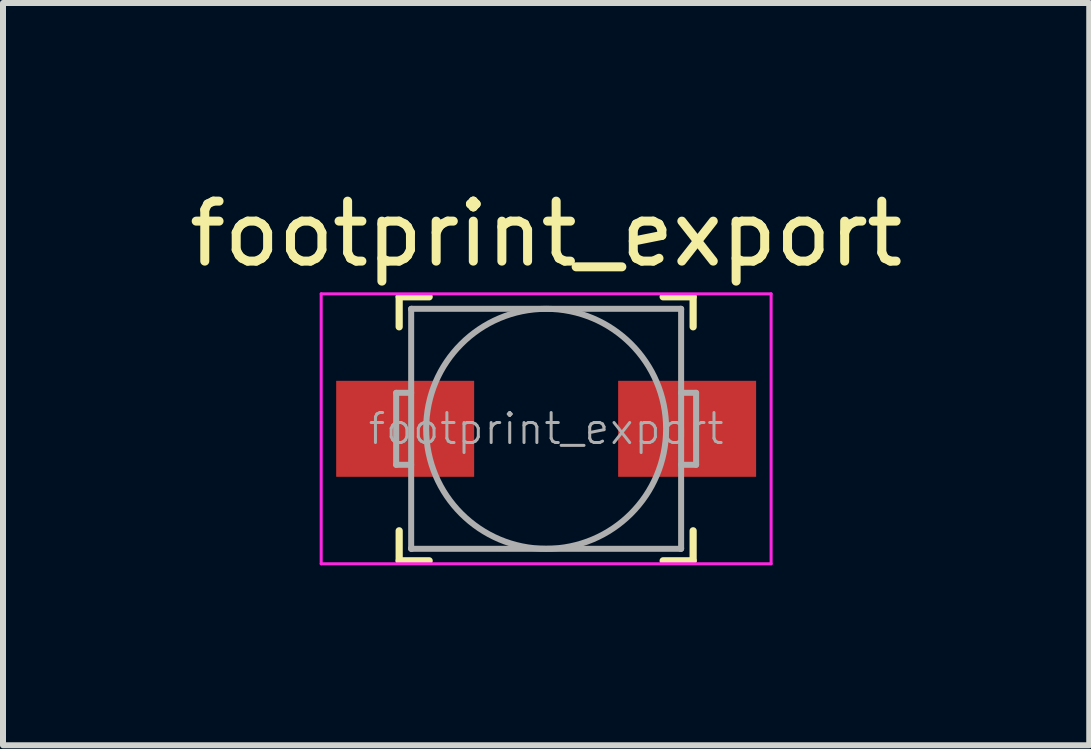
<source format=kicad_pcb>
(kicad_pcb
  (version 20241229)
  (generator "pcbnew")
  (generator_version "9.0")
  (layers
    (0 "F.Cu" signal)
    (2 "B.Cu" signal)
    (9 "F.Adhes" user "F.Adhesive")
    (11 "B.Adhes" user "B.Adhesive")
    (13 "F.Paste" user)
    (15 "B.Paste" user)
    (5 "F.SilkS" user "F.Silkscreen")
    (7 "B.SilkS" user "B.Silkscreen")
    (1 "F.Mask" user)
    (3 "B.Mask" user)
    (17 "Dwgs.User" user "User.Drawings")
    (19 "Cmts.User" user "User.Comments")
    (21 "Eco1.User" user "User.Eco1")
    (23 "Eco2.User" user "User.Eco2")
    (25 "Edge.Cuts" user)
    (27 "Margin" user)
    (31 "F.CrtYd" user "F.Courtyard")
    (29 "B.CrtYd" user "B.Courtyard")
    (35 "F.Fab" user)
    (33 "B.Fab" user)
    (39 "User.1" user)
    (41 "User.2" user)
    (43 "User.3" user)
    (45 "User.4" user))
  (footprint "footprint_export"
    (layer "F.Cu")
    (at 6.054 4.098)
    (property "Reference" "footprint_export" (at 0 -3.25 0) (layer "F.SilkS") (effects (font (size 1 1) (thickness 0.15))))
    (attr smd)
    (fp_line (start -2.45 -2.2) (end -2.45 -1.7) (stroke (width 0.12) (type solid)) (layer "F.SilkS"))
    (fp_line (start -2.45 -2.2) (end -1.95 -2.2) (stroke (width 0.12) (type solid)) (layer "F.SilkS"))
    (fp_line (start -2.45 2.2) (end -2.45 1.7) (stroke (width 0.12) (type solid)) (layer "F.SilkS"))
    (fp_line (start -2.45 2.2) (end -1.95 2.2) (stroke (width 0.12) (type solid)) (layer "F.SilkS"))
    (fp_line (start 2.45 -2.2) (end 1.95 -2.2) (stroke (width 0.12) (type solid)) (layer "F.SilkS"))
    (fp_line (start 2.45 -2.2) (end 2.45 -1.7) (stroke (width 0.12) (type solid)) (layer "F.SilkS"))
    (fp_line (start 2.45 2.2) (end 1.95 2.2) (stroke (width 0.12) (type solid)) (layer "F.SilkS"))
    (fp_line (start 2.45 2.2) (end 2.45 1.7) (stroke (width 0.12) (type solid)) (layer "F.SilkS"))
    (fp_line (start -3.75 -2.25) (end -3.75 2.25) (stroke (width 0.05) (type solid)) (layer "F.CrtYd"))
    (fp_line (start -3.75 2.25) (end 3.75 2.25) (stroke (width 0.05) (type solid)) (layer "F.CrtYd"))
    (fp_line (start 3.75 -2.25) (end -3.75 -2.25) (stroke (width 0.05) (type solid)) (layer "F.CrtYd"))
    (fp_line (start 3.75 2.25) (end 3.75 -2.25) (stroke (width 0.05) (type solid)) (layer "F.CrtYd"))
    (fp_line (start -2.5 -0.6) (end -2.5 0.6) (stroke (width 0.1) (type solid)) (layer "F.Fab"))
    (fp_line (start -2.5 0.6) (end -2.25 0.6) (stroke (width 0.1) (type solid)) (layer "F.Fab"))
    (fp_line (start -2.25 -2) (end -2.24 -2) (stroke (width 0.1) (type solid)) (layer "F.Fab"))
    (fp_line (start -2.25 -1.99) (end -2.25 -2) (stroke (width 0.1) (type solid)) (layer "F.Fab"))
    (fp_line (start -2.25 -0.6) (end -2.5 -0.6) (stroke (width 0.1) (type solid)) (layer "F.Fab"))
    (fp_line (start -2.25 1.99) (end -2.25 -1.99) (stroke (width 0.1) (type solid)) (layer "F.Fab"))
    (fp_line (start -2.25 2) (end -2.25 1.99) (stroke (width 0.1) (type solid)) (layer "F.Fab"))
    (fp_line (start -2.24 -2) (end 2.24 -2) (stroke (width 0.1) (type solid)) (layer "F.Fab"))
    (fp_line (start -2.24 2) (end -2.25 2) (stroke (width 0.1) (type solid)) (layer "F.Fab"))
    (fp_line (start 2.24 -2) (end 2.25 -2) (stroke (width 0.1) (type solid)) (layer "F.Fab"))
    (fp_line (start 2.24 2) (end -2.24 2) (stroke (width 0.1) (type solid)) (layer "F.Fab"))
    (fp_line (start 2.25 -2) (end 2.25 -1.99) (stroke (width 0.1) (type solid)) (layer "F.Fab"))
    (fp_line (start 2.25 -1.99) (end 2.25 1.99) (stroke (width 0.1) (type solid)) (layer "F.Fab"))
    (fp_line (start 2.25 -0.6) (end 2.5 -0.6) (stroke (width 0.1) (type solid)) (layer "F.Fab"))
    (fp_line (start 2.25 1.99) (end 2.25 2) (stroke (width 0.1) (type solid)) (layer "F.Fab"))
    (fp_line (start 2.25 2) (end 2.24 2) (stroke (width 0.1) (type solid)) (layer "F.Fab"))
    (fp_line (start 2.5 -0.6) (end 2.5 0.6) (stroke (width 0.1) (type solid)) (layer "F.Fab"))
    (fp_line (start 2.5 0.6) (end 2.25 0.6) (stroke (width 0.1) (type solid)) (layer "F.Fab"))
    (fp_circle (center 0 0) (end 2 0) (stroke (width 0.1) (type solid)) (fill no) (layer "F.Fab"))
    (fp_text user "${REFERENCE}" (at 0 0 0) (layer "F.Fab") (effects (font (size 0.5 0.5) (thickness 0.05))))
    (pad "1" smd rect (at -2.35 0) (size 2.3 1.6) (layers "F.Cu" "F.Mask" "F.Paste"))
    (pad "2" smd rect (at 2.35 0) (size 2.3 1.6) (layers "F.Cu" "F.Mask" "F.Paste")))
  (gr_rect
    (start -3 -3)
    (end 15.107 9.373)
    (stroke (width 0.1) (type default))
    (fill no)
    (layer "Edge.Cuts")))
</source>
